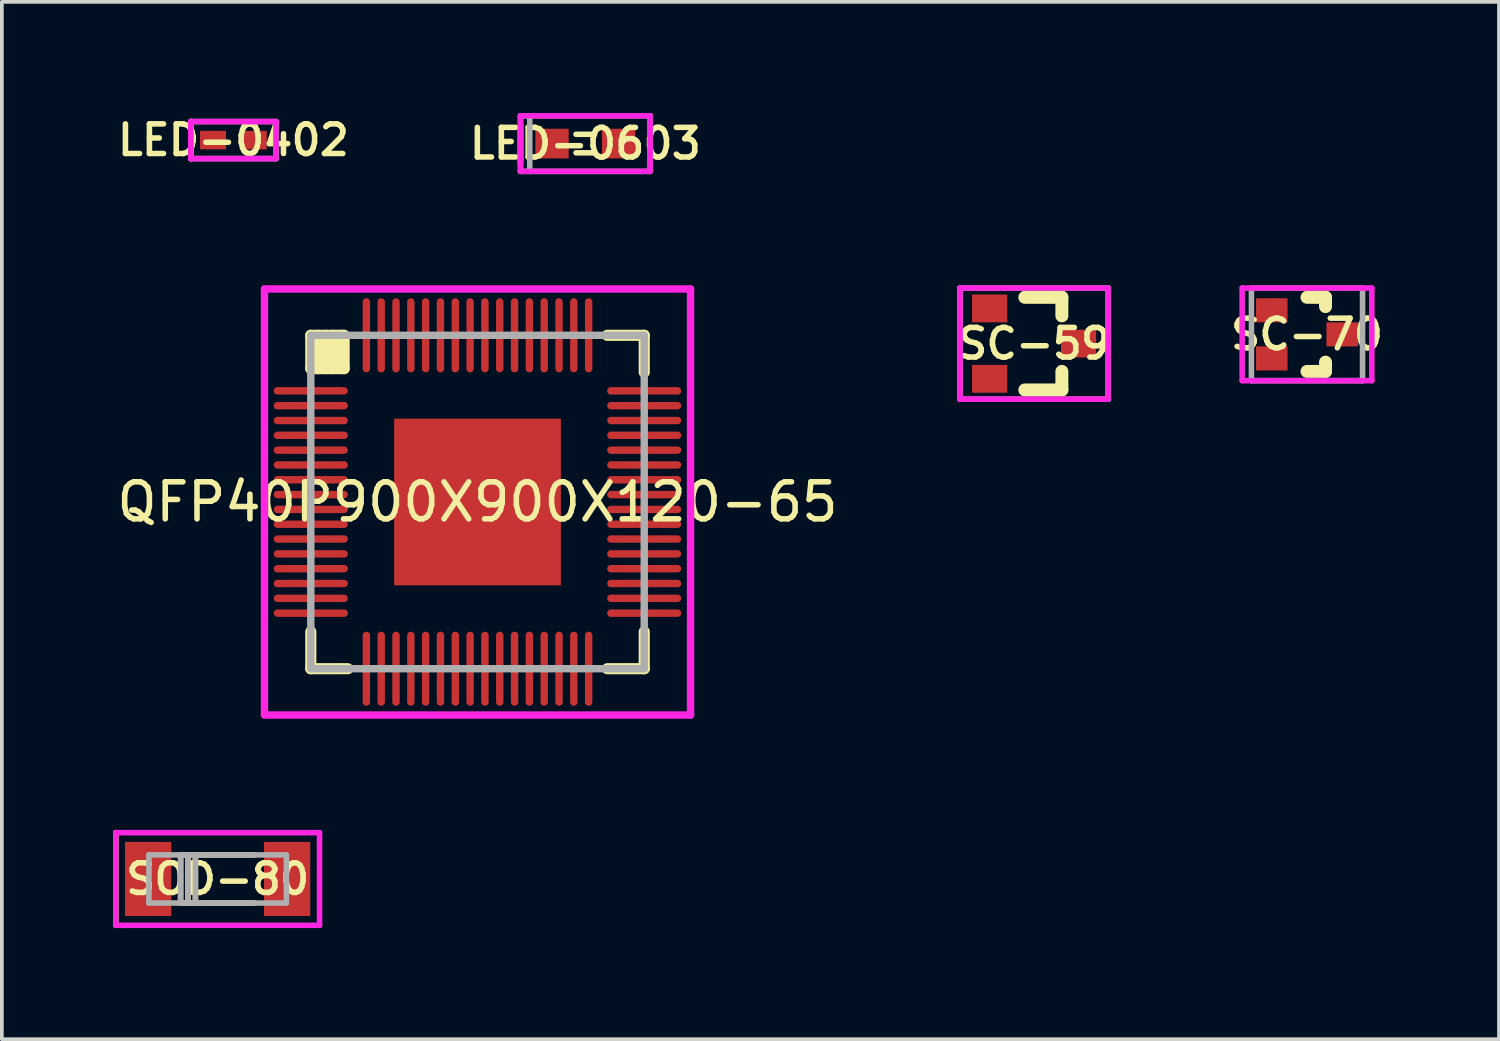
<source format=kicad_pcb>
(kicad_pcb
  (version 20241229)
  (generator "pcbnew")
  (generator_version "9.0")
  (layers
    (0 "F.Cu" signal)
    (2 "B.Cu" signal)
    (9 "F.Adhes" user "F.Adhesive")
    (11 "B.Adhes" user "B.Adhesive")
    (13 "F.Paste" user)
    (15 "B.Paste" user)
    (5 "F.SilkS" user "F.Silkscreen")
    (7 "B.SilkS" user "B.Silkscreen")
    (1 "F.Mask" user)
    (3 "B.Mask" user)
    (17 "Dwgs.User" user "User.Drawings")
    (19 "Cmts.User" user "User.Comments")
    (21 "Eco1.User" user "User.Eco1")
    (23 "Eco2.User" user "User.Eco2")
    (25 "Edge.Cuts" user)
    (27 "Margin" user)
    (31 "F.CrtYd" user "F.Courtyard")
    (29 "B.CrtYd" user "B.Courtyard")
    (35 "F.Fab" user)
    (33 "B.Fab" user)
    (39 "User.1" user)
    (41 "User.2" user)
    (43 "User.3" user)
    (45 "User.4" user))
  (footprint "SOD-80"
    (layer "F.Cu")
    (at 2.825 20.675)
    (property "Reference" "SOD-80" (at 0 0 0) (layer "F.SilkS") (effects (font (size 0.8 0.8) (thickness 0.15))))
    (attr smd)
    (fp_line (start -2.75 1.25) (end -2.75 -1.25) (stroke (width 0.15) (type solid)) (layer "F.SilkS"))
    (fp_line (start -1 -0.65) (end 1 -0.65) (stroke (width 0.15) (type solid)) (layer "F.SilkS"))
    (fp_line (start -1 0.65) (end -1 -0.65) (stroke (width 0.15) (type solid)) (layer "F.SilkS"))
    (fp_line (start -0.8 0.65) (end -0.8 -0.65) (stroke (width 0.15) (type solid)) (layer "F.SilkS"))
    (fp_line (start -0.6 -0.65) (end -0.6 0.65) (stroke (width 0.15) (type solid)) (layer "F.SilkS"))
    (fp_line (start 1 0.65) (end -1 0.65) (stroke (width 0.15) (type solid)) (layer "F.SilkS"))
    (fp_line (start -2.75 -1.25) (end 2.75 -1.25) (stroke (width 0.15) (type solid)) (layer "F.CrtYd"))
    (fp_line (start -2.75 1.25) (end -2.75 -1.25) (stroke (width 0.15) (type solid)) (layer "F.CrtYd"))
    (fp_line (start 2.75 -1.25) (end 2.75 1.25) (stroke (width 0.15) (type solid)) (layer "F.CrtYd"))
    (fp_line (start 2.75 1.25) (end -2.75 1.25) (stroke (width 0.15) (type solid)) (layer "F.CrtYd"))
    (fp_line (start -1.855 -0.65) (end 1.855 -0.65) (stroke (width 0.15) (type solid)) (layer "F.Fab"))
    (fp_line (start -1.855 0.65) (end -1.855 -0.65) (stroke (width 0.15) (type solid)) (layer "F.Fab"))
    (fp_line (start -1 -0.65) (end -1 0.65) (stroke (width 0.15) (type solid)) (layer "F.Fab"))
    (fp_line (start -0.8 0.65) (end -0.8 -0.65) (stroke (width 0.15) (type solid)) (layer "F.Fab"))
    (fp_line (start -0.6 -0.65) (end -0.6 0.65) (stroke (width 0.15) (type solid)) (layer "F.Fab"))
    (fp_line (start 1.855 -0.65) (end 1.855 0.65) (stroke (width 0.15) (type solid)) (layer "F.Fab"))
    (fp_line (start 1.855 0.65) (end -1.855 0.65) (stroke (width 0.15) (type solid)) (layer "F.Fab"))
    (pad "1" smd rect (at -1.875 0) (size 1.25 2) (layers "F.Cu" "F.Mask" "F.Paste"))
    (pad "2" smd rect (at 1.875 0) (size 1.25 2) (layers "F.Cu" "F.Mask" "F.Paste")))
  (footprint "LED-0603"
    (layer "F.Cu")
    (at 12.749 0.825)
    (property "Reference" "LED-0603" (at 0 0 0) (layer "F.SilkS") (effects (font (size 0.8 0.8) (thickness 0.15))))
    (attr smd)
    (fp_line (start -1.75 -0.5) (end -1.75 0.5) (stroke (width 0.15) (type solid)) (layer "F.SilkS"))
    (fp_line (start -0.25 -0.25) (end 0.25 -0.25) (stroke (width 0.15) (type solid)) (layer "F.SilkS"))
    (fp_line (start 0.25 0.25) (end -0.25 0.25) (stroke (width 0.15) (type solid)) (layer "F.SilkS"))
    (fp_line (start -1.75 -0.75) (end 1.75 -0.75) (stroke (width 0.15) (type solid)) (layer "F.CrtYd"))
    (fp_line (start -1.75 0.75) (end -1.75 -0.75) (stroke (width 0.15) (type solid)) (layer "F.CrtYd"))
    (fp_line (start 1.75 -0.75) (end 1.75 0.75) (stroke (width 0.15) (type solid)) (layer "F.CrtYd"))
    (fp_line (start 1.75 0.75) (end -1.75 0.75) (stroke (width 0.15) (type solid)) (layer "F.CrtYd"))
    (fp_line (start -1.75 -0.75) (end 1.75 -0.75) (stroke (width 0.15) (type solid)) (layer "F.Fab"))
    (fp_line (start -1.75 0.75) (end -1.75 -0.75) (stroke (width 0.15) (type solid)) (layer "F.Fab"))
    (fp_line (start -1.5 -0.75) (end -1.5 0.75) (stroke (width 0.15) (type solid)) (layer "F.Fab"))
    (fp_line (start 1.75 -0.75) (end 1.75 0.75) (stroke (width 0.15) (type solid)) (layer "F.Fab"))
    (fp_line (start 1.75 0.75) (end -1.75 0.75) (stroke (width 0.15) (type solid)) (layer "F.Fab"))
    (pad "1" smd rect (at -0.899 0) (size 0.899 0.8) (layers "F.Cu" "F.Mask" "F.Paste"))
    (pad "2" smd rect (at 0.899 0) (size 0.899 0.8) (layers "F.Cu" "F.Mask" "F.Paste")))
  (footprint "QFP40P900X900X120-65"
    (layer "F.Cu")
    (at 9.839 10.5)
    (property "Reference" "QFP40P900X900X120-65" (at 0 0 0) (layer "F.SilkS") (effects (font (size 1 1) (thickness 0.15))))
    (attr smd)
    (fp_line (start -4.5 -4.5) (end -4.5 -3.6) (stroke (width 0.3) (type solid)) (layer "F.SilkS"))
    (fp_line (start -4.5 3.5) (end -4.5 4.5) (stroke (width 0.3) (type solid)) (layer "F.SilkS"))
    (fp_line (start -4.5 4.5) (end -3.5 4.5) (stroke (width 0.3) (type solid)) (layer "F.SilkS"))
    (fp_line (start -4.3 -4.5) (end -4.3 -3.6) (stroke (width 0.3) (type solid)) (layer "F.SilkS"))
    (fp_line (start -4.1 -3.6) (end -4.1 -4.5) (stroke (width 0.3) (type solid)) (layer "F.SilkS"))
    (fp_line (start -3.9 -4.5) (end -3.9 -3.6) (stroke (width 0.3) (type solid)) (layer "F.SilkS"))
    (fp_line (start -3.7 -3.6) (end -3.7 -4.5) (stroke (width 0.3) (type solid)) (layer "F.SilkS"))
    (fp_line (start -3.6 -4.5) (end -4.5 -4.5) (stroke (width 0.3) (type solid)) (layer "F.SilkS"))
    (fp_line (start -3.6 -4.5) (end -3.6 -3.6) (stroke (width 0.3) (type solid)) (layer "F.SilkS"))
    (fp_line (start -3.6 -3.6) (end -4.5 -3.6) (stroke (width 0.3) (type solid)) (layer "F.SilkS"))
    (fp_line (start 3.5 4.5) (end 4.5 4.5) (stroke (width 0.3) (type solid)) (layer "F.SilkS"))
    (fp_line (start 4.5 -4.5) (end 3.5 -4.5) (stroke (width 0.3) (type solid)) (layer "F.SilkS"))
    (fp_line (start 4.5 -3.5) (end 4.5 -4.5) (stroke (width 0.3) (type solid)) (layer "F.SilkS"))
    (fp_line (start 4.5 4.5) (end 4.5 3.5) (stroke (width 0.3) (type solid)) (layer "F.SilkS"))
    (fp_line (start -5.75 -5.75) (end 5.75 -5.75) (stroke (width 0.2) (type solid)) (layer "F.CrtYd"))
    (fp_line (start -5.75 5.75) (end -5.75 -5.75) (stroke (width 0.2) (type solid)) (layer "F.CrtYd"))
    (fp_line (start 5.75 -5.75) (end 5.75 5.75) (stroke (width 0.2) (type solid)) (layer "F.CrtYd"))
    (fp_line (start 5.75 5.75) (end -5.75 5.75) (stroke (width 0.2) (type solid)) (layer "F.CrtYd"))
    (fp_line (start -4.5 -4.5) (end 4.5 -4.5) (stroke (width 0.2) (type solid)) (layer "F.Fab"))
    (fp_line (start -4.5 4.5) (end -4.5 -4.5) (stroke (width 0.2) (type solid)) (layer "F.Fab"))
    (fp_line (start 4.5 -4.5) (end 4.5 4.5) (stroke (width 0.2) (type solid)) (layer "F.Fab"))
    (fp_line (start 4.5 4.5) (end -4.5 4.5) (stroke (width 0.2) (type solid)) (layer "F.Fab"))
    (pad "1" smd oval (at -4.5 -3) (size 2 0.2) (layers "F.Cu" "F.Mask" "F.Paste"))
    (pad "2" smd oval (at -4.5 -2.6) (size 2 0.2) (layers "F.Cu" "F.Mask" "F.Paste"))
    (pad "3" smd oval (at -4.5 -2.2) (size 2 0.2) (layers "F.Cu" "F.Mask" "F.Paste"))
    (pad "4" smd oval (at -4.5 -1.8) (size 2 0.2) (layers "F.Cu" "F.Mask" "F.Paste"))
    (pad "5" smd oval (at -4.5 -1.4) (size 2 0.2) (layers "F.Cu" "F.Mask" "F.Paste"))
    (pad "6" smd oval (at -4.5 -1) (size 2 0.2) (layers "F.Cu" "F.Mask" "F.Paste"))
    (pad "7" smd oval (at -4.5 -0.6) (size 2 0.2) (layers "F.Cu" "F.Mask" "F.Paste"))
    (pad "8" smd oval (at -4.5 -0.2) (size 2 0.2) (layers "F.Cu" "F.Mask" "F.Paste"))
    (pad "9" smd oval (at -4.5 0.2) (size 2 0.2) (layers "F.Cu" "F.Mask" "F.Paste"))
    (pad "10" smd oval (at -4.5 0.6) (size 2 0.2) (layers "F.Cu" "F.Mask" "F.Paste"))
    (pad "11" smd oval (at -4.5 1) (size 2 0.2) (layers "F.Cu" "F.Mask" "F.Paste"))
    (pad "12" smd oval (at -4.5 1.4) (size 2 0.2) (layers "F.Cu" "F.Mask" "F.Paste"))
    (pad "13" smd oval (at -4.5 1.8) (size 2 0.2) (layers "F.Cu" "F.Mask" "F.Paste"))
    (pad "14" smd oval (at -4.5 2.2) (size 2 0.2) (layers "F.Cu" "F.Mask" "F.Paste"))
    (pad "15" smd oval (at -4.5 2.6) (size 2 0.2) (layers "F.Cu" "F.Mask" "F.Paste"))
    (pad "16" smd oval (at -4.5 3) (size 2 0.2) (layers "F.Cu" "F.Mask" "F.Paste"))
    (pad "17" smd oval (at -3 4.5) (size 0.2 2) (layers "F.Cu" "F.Mask" "F.Paste"))
    (pad "18" smd oval (at -2.6 4.5) (size 0.2 2) (layers "F.Cu" "F.Mask" "F.Paste"))
    (pad "19" smd oval (at -2.2 4.5) (size 0.2 2) (layers "F.Cu" "F.Mask" "F.Paste"))
    (pad "20" smd oval (at -1.8 4.5) (size 0.2 2) (layers "F.Cu" "F.Mask" "F.Paste"))
    (pad "21" smd oval (at -1.4 4.5) (size 0.2 2) (layers "F.Cu" "F.Mask" "F.Paste"))
    (pad "22" smd oval (at -1 4.5) (size 0.2 2) (layers "F.Cu" "F.Mask" "F.Paste"))
    (pad "23" smd oval (at -0.6 4.5) (size 0.2 2) (layers "F.Cu" "F.Mask" "F.Paste"))
    (pad "24" smd oval (at -0.2 4.5) (size 0.2 2) (layers "F.Cu" "F.Mask" "F.Paste"))
    (pad "25" smd oval (at 0.2 4.5) (size 0.2 2) (layers "F.Cu" "F.Mask" "F.Paste"))
    (pad "26" smd oval (at 0.6 4.5) (size 0.2 2) (layers "F.Cu" "F.Mask" "F.Paste"))
    (pad "27" smd oval (at 1 4.5) (size 0.2 2) (layers "F.Cu" "F.Mask" "F.Paste"))
    (pad "28" smd oval (at 1.4 4.5) (size 0.2 2) (layers "F.Cu" "F.Mask" "F.Paste"))
    (pad "29" smd oval (at 1.8 4.5) (size 0.2 2) (layers "F.Cu" "F.Mask" "F.Paste"))
    (pad "30" smd oval (at 2.2 4.5) (size 0.2 2) (layers "F.Cu" "F.Mask" "F.Paste"))
    (pad "31" smd oval (at 2.6 4.5) (size 0.2 2) (layers "F.Cu" "F.Mask" "F.Paste"))
    (pad "32" smd oval (at 3 4.5) (size 0.2 2) (layers "F.Cu" "F.Mask" "F.Paste"))
    (pad "33" smd oval (at 4.5 3) (size 2 0.2) (layers "F.Cu" "F.Mask" "F.Paste"))
    (pad "34" smd oval (at 4.5 2.6) (size 2 0.2) (layers "F.Cu" "F.Mask" "F.Paste"))
    (pad "35" smd oval (at 4.5 2.2) (size 2 0.2) (layers "F.Cu" "F.Mask" "F.Paste"))
    (pad "36" smd oval (at 4.5 1.8) (size 2 0.2) (layers "F.Cu" "F.Mask" "F.Paste"))
    (pad "37" smd oval (at 4.5 1.4) (size 2 0.2) (layers "F.Cu" "F.Mask" "F.Paste"))
    (pad "38" smd oval (at 4.5 1) (size 2 0.2) (layers "F.Cu" "F.Mask" "F.Paste"))
    (pad "39" smd oval (at 4.5 0.6) (size 2 0.2) (layers "F.Cu" "F.Mask" "F.Paste"))
    (pad "40" smd oval (at 4.5 0.2) (size 2 0.2) (layers "F.Cu" "F.Mask" "F.Paste"))
    (pad "41" smd oval (at 4.5 -0.2) (size 2 0.2) (layers "F.Cu" "F.Mask" "F.Paste"))
    (pad "42" smd oval (at 4.5 -0.6) (size 2 0.2) (layers "F.Cu" "F.Mask" "F.Paste"))
    (pad "43" smd oval (at 4.5 -1) (size 2 0.2) (layers "F.Cu" "F.Mask" "F.Paste"))
    (pad "44" smd oval (at 4.5 -1.4) (size 2 0.2) (layers "F.Cu" "F.Mask" "F.Paste"))
    (pad "45" smd oval (at 4.5 -1.8) (size 2 0.2) (layers "F.Cu" "F.Mask" "F.Paste"))
    (pad "46" smd oval (at 4.5 -2.2) (size 2 0.2) (layers "F.Cu" "F.Mask" "F.Paste"))
    (pad "47" smd oval (at 4.5 -2.6) (size 2 0.2) (layers "F.Cu" "F.Mask" "F.Paste"))
    (pad "48" smd oval (at 4.5 -3) (size 2 0.2) (layers "F.Cu" "F.Mask" "F.Paste"))
    (pad "49" smd oval (at 3 -4.5) (size 0.2 2) (layers "F.Cu" "F.Mask" "F.Paste"))
    (pad "50" smd oval (at 2.6 -4.5) (size 0.2 2) (layers "F.Cu" "F.Mask" "F.Paste"))
    (pad "51" smd oval (at 2.2 -4.5) (size 0.2 2) (layers "F.Cu" "F.Mask" "F.Paste"))
    (pad "52" smd oval (at 1.8 -4.5) (size 0.2 2) (layers "F.Cu" "F.Mask" "F.Paste"))
    (pad "53" smd oval (at 1.4 -4.5) (size 0.2 2) (layers "F.Cu" "F.Mask" "F.Paste"))
    (pad "54" smd oval (at 1 -4.5) (size 0.2 2) (layers "F.Cu" "F.Mask" "F.Paste"))
    (pad "55" smd oval (at 0.6 -4.5) (size 0.2 2) (layers "F.Cu" "F.Mask" "F.Paste"))
    (pad "56" smd oval (at 0.2 -4.5) (size 0.2 2) (layers "F.Cu" "F.Mask" "F.Paste"))
    (pad "57" smd oval (at -0.2 -4.5) (size 0.2 2) (layers "F.Cu" "F.Mask" "F.Paste"))
    (pad "58" smd oval (at -0.6 -4.5) (size 0.2 2) (layers "F.Cu" "F.Mask" "F.Paste"))
    (pad "59" smd oval (at -1 -4.5) (size 0.2 2) (layers "F.Cu" "F.Mask" "F.Paste"))
    (pad "60" smd oval (at -1.4 -4.5) (size 0.2 2) (layers "F.Cu" "F.Mask" "F.Paste"))
    (pad "61" smd oval (at -1.8 -4.5) (size 0.2 2) (layers "F.Cu" "F.Mask" "F.Paste"))
    (pad "62" smd oval (at -2.2 -4.5) (size 0.2 2) (layers "F.Cu" "F.Mask" "F.Paste"))
    (pad "63" smd oval (at -2.6 -4.5) (size 0.2 2) (layers "F.Cu" "F.Mask" "F.Paste"))
    (pad "64" smd oval (at -3 -4.5) (size 0.2 2) (layers "F.Cu" "F.Mask" "F.Paste"))
    (pad "65" smd rect (at 0 0) (size 4.5 4.5) (layers "F.Cu" "F.Mask" "F.Paste")))
  (footprint "SC-59"
    (layer "F.Cu")
    (at 24.862 6.225)
    (property "Reference" "SC-59" (at 0 0 0) (layer "F.SilkS") (effects (font (size 0.8 0.8) (thickness 0.15))))
    (attr smd)
    (fp_line (start -0.25 -1.25) (end 0.75 -1.25) (stroke (width 0.35) (type solid)) (layer "F.SilkS"))
    (fp_line (start 0.75 -1.25) (end 0.75 -0.75) (stroke (width 0.35) (type solid)) (layer "F.SilkS"))
    (fp_line (start 0.75 0.75) (end 0.75 1.25) (stroke (width 0.35) (type solid)) (layer "F.SilkS"))
    (fp_line (start 0.75 1.25) (end -0.25 1.25) (stroke (width 0.35) (type solid)) (layer "F.SilkS"))
    (fp_line (start -2 -1.5) (end -2 1.5) (stroke (width 0.15) (type solid)) (layer "F.CrtYd"))
    (fp_line (start -2 1.5) (end 2 1.5) (stroke (width 0.15) (type solid)) (layer "F.CrtYd"))
    (fp_line (start 2 -1.5) (end -2 -1.5) (stroke (width 0.15) (type solid)) (layer "F.CrtYd"))
    (fp_line (start 2 1.5) (end 2 -1.5) (stroke (width 0.15) (type solid)) (layer "F.CrtYd"))
    (fp_line (start -2 -1.5) (end 2 -1.5) (stroke (width 0.15) (type solid)) (layer "F.Fab"))
    (fp_line (start -2 1.5) (end -2 -1.5) (stroke (width 0.15) (type solid)) (layer "F.Fab"))
    (fp_line (start 2 -1.5) (end 2 1.5) (stroke (width 0.15) (type solid)) (layer "F.Fab"))
    (fp_line (start 2 1.5) (end -2 1.5) (stroke (width 0.15) (type solid)) (layer "F.Fab"))
    (pad "1" smd rect (at -1.2 -0.95 180) (size 0.95 0.75) (layers "F.Cu" "F.Mask" "F.Paste"))
    (pad "2" smd rect (at -1.2 0.95 180) (size 0.95 0.75) (layers "F.Cu" "F.Mask" "F.Paste"))
    (pad "3" smd rect (at 1.2 0 180) (size 0.95 0.75) (layers "F.Cu" "F.Mask" "F.Paste")))
  (footprint "LED-0402"
    (layer "F.Cu")
    (at 3.25 0.731)
    (property "Reference" "LED-0402" (at 0 0 0) (layer "F.SilkS") (effects (font (size 0.8 0.8) (thickness 0.15))))
    (attr smd)
    (fp_line (start -1.15 -0.5) (end -1.15 0.5) (stroke (width 0.15) (type solid)) (layer "F.SilkS"))
    (fp_line (start -1.15 -0.5) (end 1.15 -0.5) (stroke (width 0.15) (type solid)) (layer "F.CrtYd"))
    (fp_line (start -1.15 0.5) (end -1.15 -0.5) (stroke (width 0.15) (type solid)) (layer "F.CrtYd"))
    (fp_line (start 1.15 -0.5) (end 1.15 0.5) (stroke (width 0.15) (type solid)) (layer "F.CrtYd"))
    (fp_line (start 1.15 0.5) (end -1.15 0.5) (stroke (width 0.15) (type solid)) (layer "F.CrtYd"))
    (fp_line (start -1.15 -0.5) (end 1.15 -0.5) (stroke (width 0.15) (type solid)) (layer "F.Fab"))
    (fp_line (start -1.15 0.5) (end -1.15 -0.5) (stroke (width 0.15) (type solid)) (layer "F.Fab"))
    (fp_line (start 1.15 -0.5) (end 1.15 0.5) (stroke (width 0.15) (type solid)) (layer "F.Fab"))
    (fp_line (start 1.15 0.5) (end -1.15 0.5) (stroke (width 0.15) (type solid)) (layer "F.Fab"))
    (pad "1" smd rect (at -0.55 0) (size 0.7 0.5) (layers "F.Cu" "F.Mask" "F.Paste"))
    (pad "2" smd rect (at 0.55 0) (size 0.7 0.5) (layers "F.Cu" "F.Mask" "F.Paste")))
  (footprint "SC-70"
    (layer "F.Cu")
    (at 32.228 5.975)
    (property "Reference" "SC-70" (at 0 0 0) (layer "F.SilkS") (effects (font (size 0.8 0.8) (thickness 0.15))))
    (attr smd)
    (fp_line (start 0 -1) (end 0.5 -1) (stroke (width 0.35) (type solid)) (layer "F.SilkS"))
    (fp_line (start 0.5 -1) (end 0.5 -0.75) (stroke (width 0.35) (type solid)) (layer "F.SilkS"))
    (fp_line (start 0.5 0.75) (end 0.5 1) (stroke (width 0.35) (type solid)) (layer "F.SilkS"))
    (fp_line (start 0.5 1) (end 0 1) (stroke (width 0.35) (type solid)) (layer "F.SilkS"))
    (fp_line (start -1.75 -1.25) (end -1.75 1.25) (stroke (width 0.15) (type solid)) (layer "F.CrtYd"))
    (fp_line (start -1.75 1.25) (end 1.75 1.25) (stroke (width 0.15) (type solid)) (layer "F.CrtYd"))
    (fp_line (start 1.75 -1.25) (end -1.75 -1.25) (stroke (width 0.15) (type solid)) (layer "F.CrtYd"))
    (fp_line (start 1.75 1.25) (end 1.75 -1.25) (stroke (width 0.15) (type solid)) (layer "F.CrtYd"))
    (fp_line (start -1.5 -1.25) (end 1.5 -1.25) (stroke (width 0.15) (type solid)) (layer "F.Fab"))
    (fp_line (start -1.5 1.25) (end -1.5 -1.25) (stroke (width 0.15) (type solid)) (layer "F.Fab"))
    (fp_line (start 1.5 -1.25) (end 1.5 1.25) (stroke (width 0.15) (type solid)) (layer "F.Fab"))
    (fp_line (start 1.5 1.25) (end -1.5 1.25) (stroke (width 0.15) (type solid)) (layer "F.Fab"))
    (pad "1" smd rect (at -0.95 -0.65 180) (size 0.85 0.65) (layers "F.Cu" "F.Mask" "F.Paste"))
    (pad "2" smd rect (at -0.95 0.65 180) (size 0.85 0.65) (layers "F.Cu" "F.Mask" "F.Paste"))
    (pad "3" smd rect (at 0.95 0 180) (size 0.85 0.65) (layers "F.Cu" "F.Mask" "F.Paste")))
  (gr_rect
    (start -3 -3)
    (end 37.411 25)
    (stroke (width 0.1) (type default))
    (fill no)
    (layer "Edge.Cuts")))
</source>
